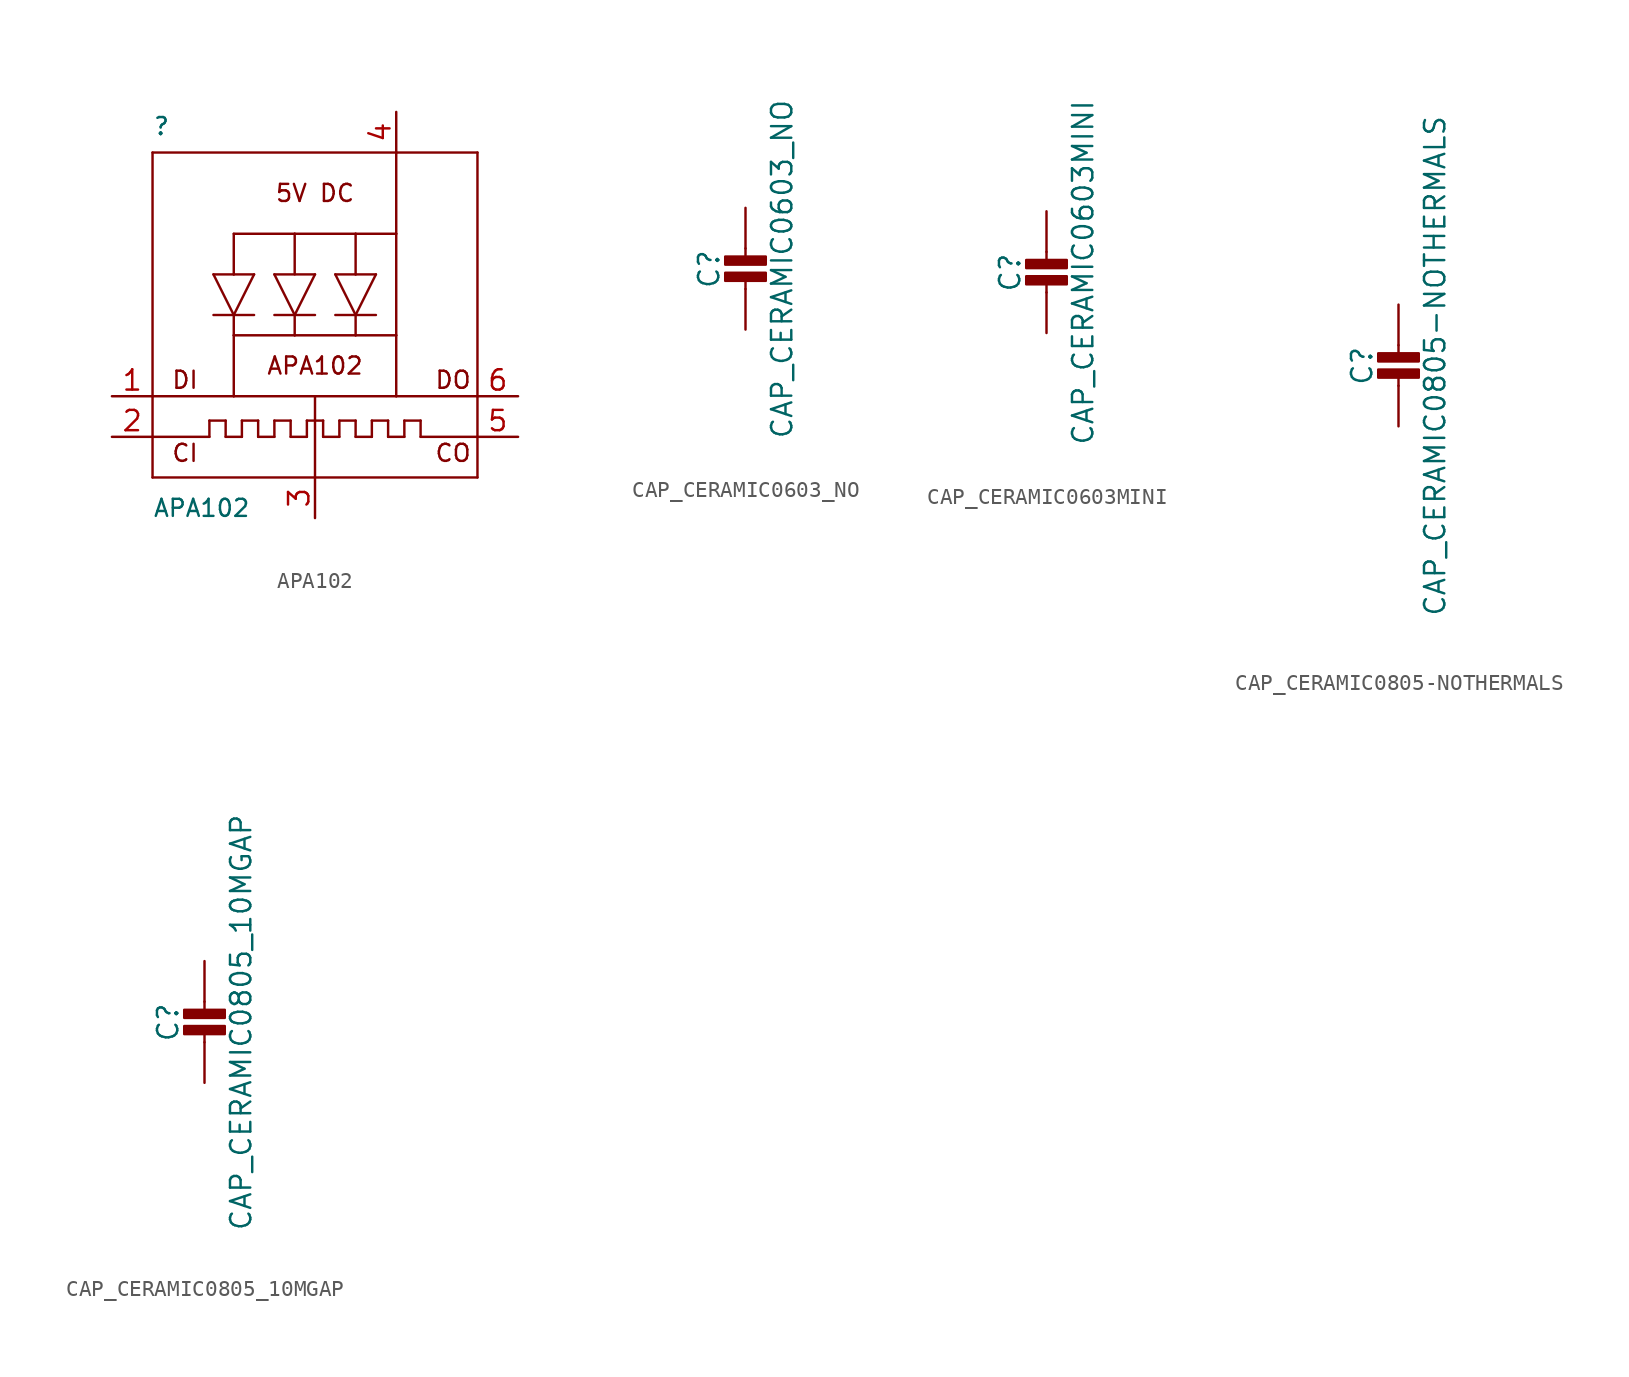
<source format=kicad_sym>
(kicad_symbol_lib
  (version 20211014)
  (generator kicad_symbol_editor)
  (symbol "APA102"
    (pin_names
      (offset 1.016))
    (property "Reference" ""
      (at -10.16 11.176 0)
      (effects (font (size 1.067 1.067)) (justify left bottom)))
    (property "Value" "APA102"
      (at -10.16 -12.7 0)
      (effects (font (size 1.067 1.067)) (justify left bottom)))
    (property "ki_locked" ""
      (at 0 0 0)
      (effects (font (size 1.27 1.27))))
    (symbol "APA102_1_0"
      (polyline (pts (xy -10.16 -10.16) (xy 0 -10.16)) (stroke (width 0) (type default) (color 0 0 0 0)) (fill (type none)))
      (polyline (pts (xy -10.16 -7.62) (xy -10.16 -10.16)) (stroke (width 0) (type default) (color 0 0 0 0)) (fill (type none)))
      (polyline (pts (xy -10.16 -7.62) (xy -6.604 -7.62)) (stroke (width 0) (type default) (color 0 0 0 0)) (fill (type none)))
      (polyline (pts (xy -10.16 -5.08) (xy -10.16 -7.62)) (stroke (width 0) (type default) (color 0 0 0 0)) (fill (type none)))
      (polyline (pts (xy -10.16 10.16) (xy -10.16 -5.08)) (stroke (width 0) (type default) (color 0 0 0 0)) (fill (type none)))
      (polyline (pts (xy -6.604 -7.62) (xy -6.604 -6.604)) (stroke (width 0) (type default) (color 0 0 0 0)) (fill (type none)))
      (polyline (pts (xy -6.604 -6.604) (xy -5.588 -6.604)) (stroke (width 0) (type default) (color 0 0 0 0)) (fill (type none)))
      (polyline (pts (xy -6.35 0) (xy -5.08 0)) (stroke (width 0) (type default) (color 0 0 0 0)) (fill (type none)))
      (polyline (pts (xy -6.35 2.54) (xy -5.08 2.54)) (stroke (width 0) (type default) (color 0 0 0 0)) (fill (type none)))
      (polyline (pts (xy -5.588 -7.62) (xy -4.572 -7.62)) (stroke (width 0) (type default) (color 0 0 0 0)) (fill (type none)))
      (polyline (pts (xy -5.588 -6.604) (xy -5.588 -7.62)) (stroke (width 0) (type default) (color 0 0 0 0)) (fill (type none)))
      (polyline (pts (xy -5.08 -5.08) (xy -10.16 -5.08)) (stroke (width 0) (type default) (color 0 0 0 0)) (fill (type none)))
      (polyline (pts (xy -5.08 -5.08) (xy 0 -5.08)) (stroke (width 0) (type default) (color 0 0 0 0)) (fill (type none)))
      (polyline (pts (xy -5.08 -1.27) (xy -5.08 -5.08)) (stroke (width 0) (type default) (color 0 0 0 0)) (fill (type none)))
      (polyline (pts (xy -5.08 0) (xy -6.35 2.54)) (stroke (width 0) (type default) (color 0 0 0 0)) (fill (type none)))
      (polyline (pts (xy -5.08 0) (xy -5.08 -1.27)) (stroke (width 0) (type default) (color 0 0 0 0)) (fill (type none)))
      (polyline (pts (xy -5.08 0) (xy -3.81 2.54)) (stroke (width 0) (type default) (color 0 0 0 0)) (fill (type none)))
      (polyline (pts (xy -5.08 2.54) (xy -3.81 2.54)) (stroke (width 0) (type default) (color 0 0 0 0)) (fill (type none)))
      (polyline (pts (xy -5.08 5.08) (xy -5.08 2.54)) (stroke (width 0) (type default) (color 0 0 0 0)) (fill (type none)))
      (polyline (pts (xy -4.572 -7.62) (xy -4.572 -6.604)) (stroke (width 0) (type default) (color 0 0 0 0)) (fill (type none)))
      (polyline (pts (xy -4.572 -6.604) (xy -3.556 -6.604)) (stroke (width 0) (type default) (color 0 0 0 0)) (fill (type none)))
      (polyline (pts (xy -3.81 0) (xy -5.08 0)) (stroke (width 0) (type default) (color 0 0 0 0)) (fill (type none)))
      (polyline (pts (xy -3.556 -7.62) (xy -2.54 -7.62)) (stroke (width 0) (type default) (color 0 0 0 0)) (fill (type none)))
      (polyline (pts (xy -3.556 -6.604) (xy -3.556 -7.62)) (stroke (width 0) (type default) (color 0 0 0 0)) (fill (type none)))
      (polyline (pts (xy -2.54 -7.62) (xy -2.54 -6.604)) (stroke (width 0) (type default) (color 0 0 0 0)) (fill (type none)))
      (polyline (pts (xy -2.54 -6.604) (xy -1.524 -6.604)) (stroke (width 0) (type default) (color 0 0 0 0)) (fill (type none)))
      (polyline (pts (xy -2.54 0) (xy -1.27 0)) (stroke (width 0) (type default) (color 0 0 0 0)) (fill (type none)))
      (polyline (pts (xy -2.54 2.54) (xy 0 2.54)) (stroke (width 0) (type default) (color 0 0 0 0)) (fill (type none)))
      (polyline (pts (xy -1.524 -7.62) (xy -0.508 -7.62)) (stroke (width 0) (type default) (color 0 0 0 0)) (fill (type none)))
      (polyline (pts (xy -1.524 -6.604) (xy -1.524 -7.62)) (stroke (width 0) (type default) (color 0 0 0 0)) (fill (type none)))
      (polyline (pts (xy -1.27 -1.27) (xy -5.08 -1.27)) (stroke (width 0) (type default) (color 0 0 0 0)) (fill (type none)))
      (polyline (pts (xy -1.27 0) (xy -2.54 2.54)) (stroke (width 0) (type default) (color 0 0 0 0)) (fill (type none)))
      (polyline (pts (xy -1.27 0) (xy -1.27 -1.27)) (stroke (width 0) (type default) (color 0 0 0 0)) (fill (type none)))
      (polyline (pts (xy -1.27 0) (xy 0 0)) (stroke (width 0) (type default) (color 0 0 0 0)) (fill (type none)))
      (polyline (pts (xy -1.27 2.54) (xy -1.27 5.08)) (stroke (width 0) (type default) (color 0 0 0 0)) (fill (type none)))
      (polyline (pts (xy -1.27 5.08) (xy -5.08 5.08)) (stroke (width 0) (type default) (color 0 0 0 0)) (fill (type none)))
      (polyline (pts (xy -0.508 -7.62) (xy -0.508 -6.604)) (stroke (width 0) (type default) (color 0 0 0 0)) (fill (type none)))
      (polyline (pts (xy -0.508 -6.604) (xy 0.508 -6.604)) (stroke (width 0) (type default) (color 0 0 0 0)) (fill (type none)))
      (polyline (pts (xy 0 -10.16) (xy 10.16 -10.16)) (stroke (width 0) (type default) (color 0 0 0 0)) (fill (type none)))
      (polyline (pts (xy 0 -5.08) (xy 0 -10.16)) (stroke (width 0) (type default) (color 0 0 0 0)) (fill (type none)))
      (polyline (pts (xy 0 -5.08) (xy 5.08 -5.08)) (stroke (width 0) (type default) (color 0 0 0 0)) (fill (type none)))
      (polyline (pts (xy 0 2.54) (xy -1.27 0)) (stroke (width 0) (type default) (color 0 0 0 0)) (fill (type none)))
      (polyline (pts (xy 0.508 -7.62) (xy 1.524 -7.62)) (stroke (width 0) (type default) (color 0 0 0 0)) (fill (type none)))
      (polyline (pts (xy 0.508 -6.604) (xy 0.508 -7.62)) (stroke (width 0) (type default) (color 0 0 0 0)) (fill (type none)))
      (polyline (pts (xy 1.27 2.54) (xy 2.54 0)) (stroke (width 0) (type default) (color 0 0 0 0)) (fill (type none)))
      (polyline (pts (xy 1.27 2.54) (xy 2.54 2.54)) (stroke (width 0) (type default) (color 0 0 0 0)) (fill (type none)))
      (polyline (pts (xy 1.524 -7.62) (xy 1.524 -6.604)) (stroke (width 0) (type default) (color 0 0 0 0)) (fill (type none)))
      (polyline (pts (xy 1.524 -6.604) (xy 2.54 -6.604)) (stroke (width 0) (type default) (color 0 0 0 0)) (fill (type none)))
      (polyline (pts (xy 2.54 -7.62) (xy 3.556 -7.62)) (stroke (width 0) (type default) (color 0 0 0 0)) (fill (type none)))
      (polyline (pts (xy 2.54 -6.604) (xy 2.54 -7.62)) (stroke (width 0) (type default) (color 0 0 0 0)) (fill (type none)))
      (polyline (pts (xy 2.54 -1.27) (xy -1.27 -1.27)) (stroke (width 0) (type default) (color 0 0 0 0)) (fill (type none)))
      (polyline (pts (xy 2.54 0) (xy 1.27 0)) (stroke (width 0) (type default) (color 0 0 0 0)) (fill (type none)))
      (polyline (pts (xy 2.54 0) (xy 2.54 -1.27)) (stroke (width 0) (type default) (color 0 0 0 0)) (fill (type none)))
      (polyline (pts (xy 2.54 0) (xy 3.81 0)) (stroke (width 0) (type default) (color 0 0 0 0)) (fill (type none)))
      (polyline (pts (xy 2.54 0) (xy 3.81 2.54)) (stroke (width 0) (type default) (color 0 0 0 0)) (fill (type none)))
      (polyline (pts (xy 2.54 2.54) (xy 2.54 5.08)) (stroke (width 0) (type default) (color 0 0 0 0)) (fill (type none)))
      (polyline (pts (xy 2.54 5.08) (xy -1.27 5.08)) (stroke (width 0) (type default) (color 0 0 0 0)) (fill (type none)))
      (polyline (pts (xy 2.54 5.08) (xy 5.08 5.08)) (stroke (width 0) (type default) (color 0 0 0 0)) (fill (type none)))
      (polyline (pts (xy 3.556 -7.62) (xy 3.556 -6.604)) (stroke (width 0) (type default) (color 0 0 0 0)) (fill (type none)))
      (polyline (pts (xy 3.556 -6.604) (xy 4.572 -6.604)) (stroke (width 0) (type default) (color 0 0 0 0)) (fill (type none)))
      (polyline (pts (xy 3.81 2.54) (xy 2.54 2.54)) (stroke (width 0) (type default) (color 0 0 0 0)) (fill (type none)))
      (polyline (pts (xy 4.572 -7.62) (xy 5.588 -7.62)) (stroke (width 0) (type default) (color 0 0 0 0)) (fill (type none)))
      (polyline (pts (xy 4.572 -6.604) (xy 4.572 -7.62)) (stroke (width 0) (type default) (color 0 0 0 0)) (fill (type none)))
      (polyline (pts (xy 5.08 -5.08) (xy 5.08 -1.27)) (stroke (width 0) (type default) (color 0 0 0 0)) (fill (type none)))
      (polyline (pts (xy 5.08 -5.08) (xy 10.16 -5.08)) (stroke (width 0) (type default) (color 0 0 0 0)) (fill (type none)))
      (polyline (pts (xy 5.08 -1.27) (xy 2.54 -1.27)) (stroke (width 0) (type default) (color 0 0 0 0)) (fill (type none)))
      (polyline (pts (xy 5.08 5.08) (xy 5.08 -1.27)) (stroke (width 0) (type default) (color 0 0 0 0)) (fill (type none)))
      (polyline (pts (xy 5.08 10.16) (xy -10.16 10.16)) (stroke (width 0) (type default) (color 0 0 0 0)) (fill (type none)))
      (polyline (pts (xy 5.08 10.16) (xy 5.08 5.08)) (stroke (width 0) (type default) (color 0 0 0 0)) (fill (type none)))
      (polyline (pts (xy 5.588 -7.62) (xy 5.588 -6.604)) (stroke (width 0) (type default) (color 0 0 0 0)) (fill (type none)))
      (polyline (pts (xy 5.588 -6.604) (xy 6.604 -6.604)) (stroke (width 0) (type default) (color 0 0 0 0)) (fill (type none)))
      (polyline (pts (xy 6.604 -7.62) (xy 10.16 -7.62)) (stroke (width 0) (type default) (color 0 0 0 0)) (fill (type none)))
      (polyline (pts (xy 6.604 -6.604) (xy 6.604 -7.62)) (stroke (width 0) (type default) (color 0 0 0 0)) (fill (type none)))
      (polyline (pts (xy 10.16 -10.16) (xy 10.16 -7.62)) (stroke (width 0) (type default) (color 0 0 0 0)) (fill (type none)))
      (polyline (pts (xy 10.16 -7.62) (xy 10.16 -5.08)) (stroke (width 0) (type default) (color 0 0 0 0)) (fill (type none)))
      (polyline (pts (xy 10.16 -5.08) (xy 10.16 10.16)) (stroke (width 0) (type default) (color 0 0 0 0)) (fill (type none)))
      (polyline (pts (xy 10.16 10.16) (xy 5.08 10.16)) (stroke (width 0) (type default) (color 0 0 0 0)) (fill (type none)))
      (text "5V DC" (at 0 7.62 0) (effects (font (size 1.067 1.067))))
      (text "APA102" (at 0 -3.175 0) (effects (font (size 1.067 1.067))))
      (text "CI" (at -8.128 -8.636 0) (effects (font (size 1.067 1.067))))
      (text "CO" (at 8.636 -8.636 0) (effects (font (size 1.067 1.067))))
      (text "DI" (at -8.128 -4.064 0) (effects (font (size 1.067 1.067))))
      (text "DO" (at 8.636 -4.064 0) (effects (font (size 1.067 1.067))))
      (pin input line (at -12.7 -5.08 0) (length 2.54) (name "DI" (effects (font (size 0 0)))) (number "1" (effects (font (size 1.27 1.27)))))
      (pin input line (at -12.7 -7.62 0) (length 2.54) (name "CKI" (effects (font (size 0 0)))) (number "2" (effects (font (size 1.27 1.27)))))
      (pin power_in line (at 0 -12.7 90) (length 2.54) (name "GND" (effects (font (size 0 0)))) (number "3" (effects (font (size 1.27 1.27)))))
      (pin power_in line (at 5.08 12.7 270) (length 2.54) (name "VDD" (effects (font (size 0 0)))) (number "4" (effects (font (size 1.27 1.27)))))
      (pin output line (at 12.7 -7.62 180) (length 2.54) (name "CKO" (effects (font (size 0 0)))) (number "5" (effects (font (size 1.27 1.27)))))
      (pin output line (at 12.7 -5.08 180) (length 2.54) (name "DO" (effects (font (size 0 0)))) (number "6" (effects (font (size 1.27 1.27)))))))
  (symbol "CAP_CERAMIC0603_NO"
    (pin_names
      (offset 1.016))
    (property "Reference" "C"
      (at -2.286 1.245 90)
      (effects (font (size 1.27 1.27))))
    (property "Value" "CAP_CERAMIC0603_NO"
      (at 2.286 1.245 90)
      (effects (font (size 1.27 1.27))))
    (property "ki_locked" ""
      (at 0 0 0)
      (effects (font (size 1.27 1.27))))
    (symbol "CAP_CERAMIC0603_NO_1_0"
      (rectangle (start -1.27 0.508) (end 1.27 1.016) (stroke (width 0) (type default) (color 0 0 0 0)) (fill (type outline)))
      (rectangle (start -1.27 1.524) (end 1.27 2.032) (stroke (width 0) (type default) (color 0 0 0 0)) (fill (type outline)))
      (polyline (pts (xy 0 0.762) (xy 0 0)) (stroke (width 0) (type default) (color 0 0 0 0)) (fill (type none)))
      (polyline (pts (xy 0 2.54) (xy 0 1.778)) (stroke (width 0) (type default) (color 0 0 0 0)) (fill (type none)))
      (pin passive line (at 0 5.08 270) (length 2.54) (name "1" (effects (font (size 0 0)))) (number "1" (effects (font (size 0 0)))))
      (pin passive line (at 0 -2.54 90) (length 2.54) (name "2" (effects (font (size 0 0)))) (number "2" (effects (font (size 0 0)))))))
  (symbol "CAP_CERAMIC0603MINI"
    (pin_names
      (offset 1.016))
    (property "Reference" "C"
      (at -2.286 1.245 90)
      (effects (font (size 1.27 1.27))))
    (property "Value" "CAP_CERAMIC0603MINI"
      (at 2.286 1.245 90)
      (effects (font (size 1.27 1.27))))
    (property "ki_locked" ""
      (at 0 0 0)
      (effects (font (size 1.27 1.27))))
    (symbol "CAP_CERAMIC0603MINI_1_0"
      (rectangle (start -1.27 0.508) (end 1.27 1.016) (stroke (width 0) (type default) (color 0 0 0 0)) (fill (type outline)))
      (rectangle (start -1.27 1.524) (end 1.27 2.032) (stroke (width 0) (type default) (color 0 0 0 0)) (fill (type outline)))
      (polyline (pts (xy 0 0.762) (xy 0 0)) (stroke (width 0) (type default) (color 0 0 0 0)) (fill (type none)))
      (polyline (pts (xy 0 2.54) (xy 0 1.778)) (stroke (width 0) (type default) (color 0 0 0 0)) (fill (type none)))
      (pin passive line (at 0 5.08 270) (length 2.54) (name "1" (effects (font (size 0 0)))) (number "1" (effects (font (size 0 0)))))
      (pin passive line (at 0 -2.54 90) (length 2.54) (name "2" (effects (font (size 0 0)))) (number "2" (effects (font (size 0 0)))))))
  (symbol "CAP_CERAMIC0805-NOTHERMALS"
    (pin_names
      (offset 1.016))
    (property "Reference" "C"
      (at -2.286 1.245 90)
      (effects (font (size 1.27 1.27))))
    (property "Value" "CAP_CERAMIC0805-NOTHERMALS"
      (at 2.286 1.245 90)
      (effects (font (size 1.27 1.27))))
    (property "ki_locked" ""
      (at 0 0 0)
      (effects (font (size 1.27 1.27))))
    (symbol "CAP_CERAMIC0805-NOTHERMALS_1_0"
      (rectangle (start -1.27 0.508) (end 1.27 1.016) (stroke (width 0) (type default) (color 0 0 0 0)) (fill (type outline)))
      (rectangle (start -1.27 1.524) (end 1.27 2.032) (stroke (width 0) (type default) (color 0 0 0 0)) (fill (type outline)))
      (polyline (pts (xy 0 0.762) (xy 0 0)) (stroke (width 0) (type default) (color 0 0 0 0)) (fill (type none)))
      (polyline (pts (xy 0 2.54) (xy 0 1.778)) (stroke (width 0) (type default) (color 0 0 0 0)) (fill (type none)))
      (pin passive line (at 0 5.08 270) (length 2.54) (name "1" (effects (font (size 0 0)))) (number "1" (effects (font (size 0 0)))))
      (pin passive line (at 0 -2.54 90) (length 2.54) (name "2" (effects (font (size 0 0)))) (number "2" (effects (font (size 0 0)))))))
  (symbol "CAP_CERAMIC0805_10MGAP"
    (pin_names
      (offset 1.016))
    (property "Reference" "C"
      (at -2.286 1.245 90)
      (effects (font (size 1.27 1.27))))
    (property "Value" "CAP_CERAMIC0805_10MGAP"
      (at 2.286 1.245 90)
      (effects (font (size 1.27 1.27))))
    (property "ki_locked" ""
      (at 0 0 0)
      (effects (font (size 1.27 1.27))))
    (symbol "CAP_CERAMIC0805_10MGAP_1_0"
      (rectangle (start -1.27 0.508) (end 1.27 1.016) (stroke (width 0) (type default) (color 0 0 0 0)) (fill (type outline)))
      (rectangle (start -1.27 1.524) (end 1.27 2.032) (stroke (width 0) (type default) (color 0 0 0 0)) (fill (type outline)))
      (polyline (pts (xy 0 0.762) (xy 0 0)) (stroke (width 0) (type default) (color 0 0 0 0)) (fill (type none)))
      (polyline (pts (xy 0 2.54) (xy 0 1.778)) (stroke (width 0) (type default) (color 0 0 0 0)) (fill (type none)))
      (pin passive line (at 0 5.08 270) (length 2.54) (name "1" (effects (font (size 0 0)))) (number "1" (effects (font (size 0 0)))))
      (pin passive line (at 0 -2.54 90) (length 2.54) (name "2" (effects (font (size 0 0)))) (number "2" (effects (font (size 0 0))))))))
</source>
